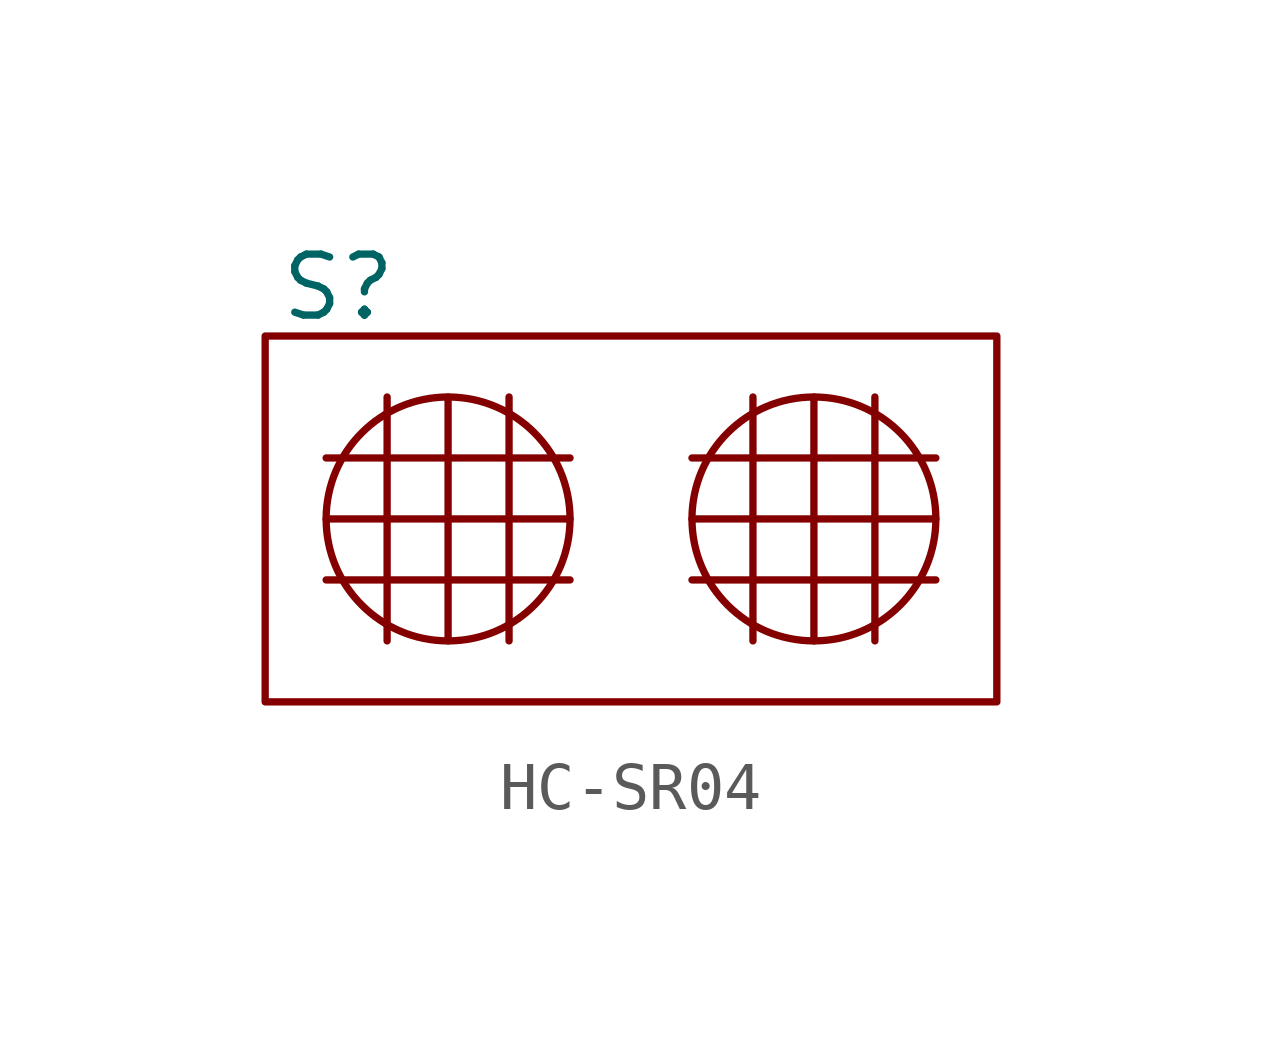
<source format=kicad_sym>
(kicad_symbol_lib
  (version 20231120)
  (generator "kicad_symbol_editor")
  (generator_version "8.0")
  (symbol "HC-SR04"
    (property "Reference" "S"
      (at -6.096 4.826 0)
      (effects (font (size 1.27 1.27))))
    (property "Value" ""
      (at 0 0 0)
      (effects (font (size 1.27 1.27))))
    (symbol "HC-SR04_0_1"
      (rectangle (start -7.62 3.81) (end 7.62 -3.81) (stroke (width 0) (type default)) (fill (type none)))
      (circle (center -3.81 0) (radius 2.54) (stroke (width 0) (type default)) (fill (type none)))
      (polyline (pts (xy -6.35 -1.27) (xy -1.27 -1.27)) (stroke (width 0) (type default)) (fill (type none)))
      (polyline (pts (xy -6.35 0) (xy -1.27 0)) (stroke (width 0) (type default)) (fill (type none)))
      (polyline (pts (xy -5.08 2.54) (xy -5.08 -2.54)) (stroke (width 0) (type default)) (fill (type none)))
      (polyline (pts (xy -3.81 2.54) (xy -3.81 -2.54)) (stroke (width 0) (type default)) (fill (type none)))
      (polyline (pts (xy -2.54 2.54) (xy -2.54 -2.54)) (stroke (width 0) (type default)) (fill (type none)))
      (polyline (pts (xy -1.27 1.27) (xy -6.35 1.27)) (stroke (width 0) (type default)) (fill (type none)))
      (polyline (pts (xy 1.27 -1.27) (xy 6.35 -1.27)) (stroke (width 0) (type default)) (fill (type none)))
      (polyline (pts (xy 1.27 0) (xy 6.35 0)) (stroke (width 0) (type default)) (fill (type none)))
      (polyline (pts (xy 2.54 2.54) (xy 2.54 -2.54)) (stroke (width 0) (type default)) (fill (type none)))
      (polyline (pts (xy 3.81 2.54) (xy 3.81 -2.54)) (stroke (width 0) (type default)) (fill (type none)))
      (polyline (pts (xy 5.08 2.54) (xy 5.08 -2.54)) (stroke (width 0) (type default)) (fill (type none)))
      (polyline (pts (xy 6.35 1.27) (xy 1.27 1.27)) (stroke (width 0) (type default)) (fill (type none)))
      (circle (center 3.81 0) (radius 2.54) (stroke (width 0) (type default)) (fill (type none))))))
</source>
